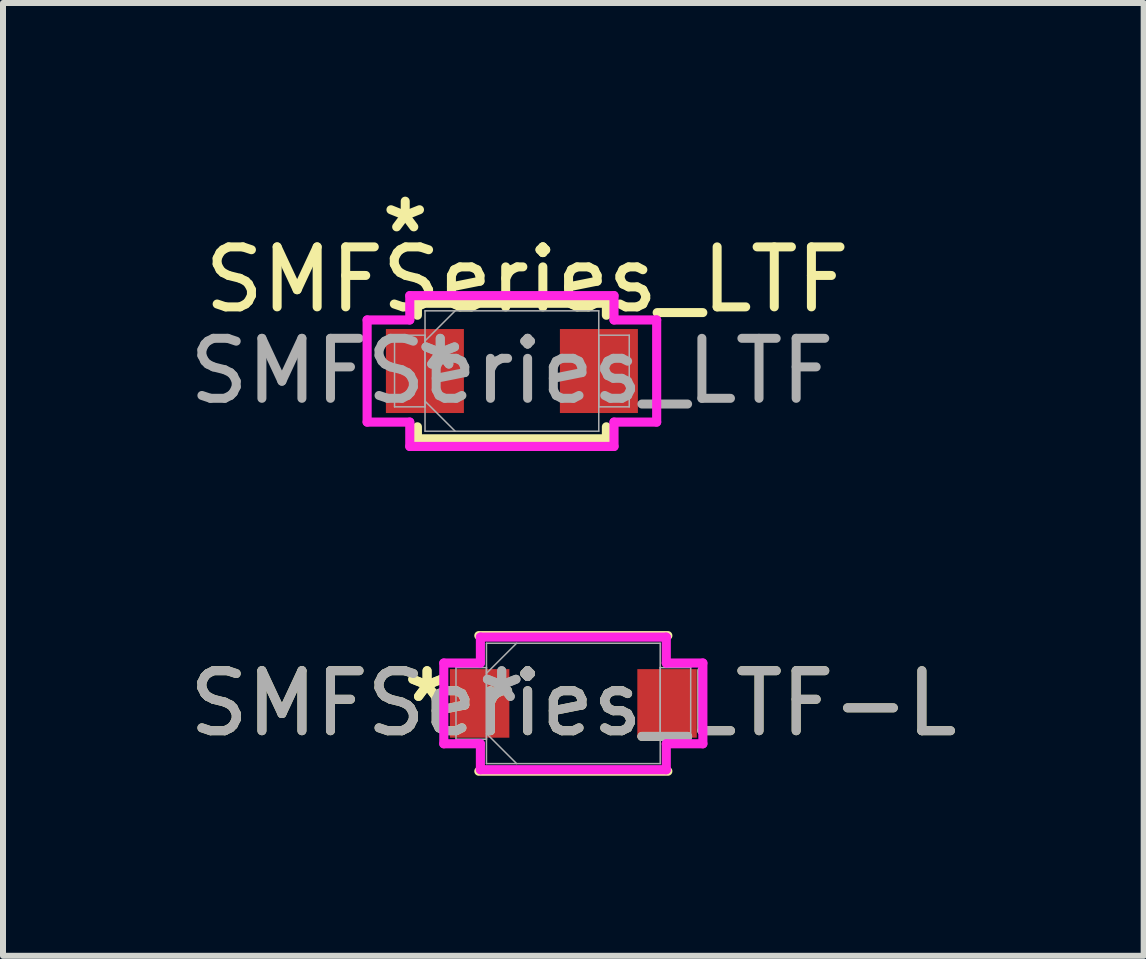
<source format=kicad_pcb>
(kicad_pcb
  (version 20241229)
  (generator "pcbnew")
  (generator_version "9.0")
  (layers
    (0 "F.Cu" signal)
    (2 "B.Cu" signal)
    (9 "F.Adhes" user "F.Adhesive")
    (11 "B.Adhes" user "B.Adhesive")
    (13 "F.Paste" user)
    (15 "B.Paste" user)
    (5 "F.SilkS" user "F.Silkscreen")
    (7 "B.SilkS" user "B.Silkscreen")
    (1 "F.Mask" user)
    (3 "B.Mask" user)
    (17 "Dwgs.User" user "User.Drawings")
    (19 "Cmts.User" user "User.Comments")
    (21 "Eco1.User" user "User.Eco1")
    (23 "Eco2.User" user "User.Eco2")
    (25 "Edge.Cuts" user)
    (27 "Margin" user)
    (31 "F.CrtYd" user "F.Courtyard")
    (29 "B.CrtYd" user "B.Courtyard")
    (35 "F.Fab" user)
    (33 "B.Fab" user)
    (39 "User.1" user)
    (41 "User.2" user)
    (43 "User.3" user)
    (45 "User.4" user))
  (footprint "SMFSeries_LTF-L"
    (layer "F.Cu")
    (at 6.506 8.674)
    (property "Reference" "SMFSeries_LTF-L" (at 0 0 0) (unlocked yes) (layer "F.SilkS") (effects (font (size 1 1) (thickness 0.15))))
    (attr smd)
    (fp_line (start -1.575 1.13) (end 1.575 1.13) (stroke (width 0.152) (type solid)) (layer "F.SilkS"))
    (fp_line (start 1.575 -1.13) (end -1.575 -1.13) (stroke (width 0.152) (type solid)) (layer "F.SilkS"))
    (fp_line (start -2.159 -0.673) (end -1.549 -0.673) (stroke (width 0.152) (type solid)) (layer "F.CrtYd"))
    (fp_line (start -2.159 0.673) (end -2.159 -0.673) (stroke (width 0.152) (type solid)) (layer "F.CrtYd"))
    (fp_line (start -1.549 -1.105) (end 1.549 -1.105) (stroke (width 0.152) (type solid)) (layer "F.CrtYd"))
    (fp_line (start -1.549 -0.673) (end -1.549 -1.105) (stroke (width 0.152) (type solid)) (layer "F.CrtYd"))
    (fp_line (start -1.549 0.673) (end -2.159 0.673) (stroke (width 0.152) (type solid)) (layer "F.CrtYd"))
    (fp_line (start -1.549 1.105) (end -1.549 0.673) (stroke (width 0.152) (type solid)) (layer "F.CrtYd"))
    (fp_line (start 1.549 -1.105) (end 1.549 -0.673) (stroke (width 0.152) (type solid)) (layer "F.CrtYd"))
    (fp_line (start 1.549 -0.673) (end 2.159 -0.673) (stroke (width 0.152) (type solid)) (layer "F.CrtYd"))
    (fp_line (start 1.549 0.673) (end 1.549 1.105) (stroke (width 0.152) (type solid)) (layer "F.CrtYd"))
    (fp_line (start 1.549 1.105) (end -1.549 1.105) (stroke (width 0.152) (type solid)) (layer "F.CrtYd"))
    (fp_line (start 2.159 -0.673) (end 2.159 0.673) (stroke (width 0.152) (type solid)) (layer "F.CrtYd"))
    (fp_line (start 2.159 0.673) (end 1.549 0.673) (stroke (width 0.152) (type solid)) (layer "F.CrtYd"))
    (fp_line (start -1.956 -0.597) (end -1.956 0.597) (stroke (width 0.025) (type solid)) (layer "F.Fab"))
    (fp_line (start -1.956 0.597) (end -1.448 0.597) (stroke (width 0.025) (type solid)) (layer "F.Fab"))
    (fp_line (start -1.448 -1.003) (end -1.448 1.003) (stroke (width 0.025) (type solid)) (layer "F.Fab"))
    (fp_line (start -1.448 -0.597) (end -1.956 -0.597) (stroke (width 0.025) (type solid)) (layer "F.Fab"))
    (fp_line (start -1.448 -0.502) (end -0.946 -1.003) (stroke (width 0.025) (type solid)) (layer "F.Fab"))
    (fp_line (start -1.448 0.502) (end -0.946 1.003) (stroke (width 0.025) (type solid)) (layer "F.Fab"))
    (fp_line (start -1.448 0.597) (end -1.448 -0.597) (stroke (width 0.025) (type solid)) (layer "F.Fab"))
    (fp_line (start -1.448 1.003) (end 1.448 1.003) (stroke (width 0.025) (type solid)) (layer "F.Fab"))
    (fp_line (start 1.448 -1.003) (end -1.448 -1.003) (stroke (width 0.025) (type solid)) (layer "F.Fab"))
    (fp_line (start 1.448 -0.597) (end 1.448 0.597) (stroke (width 0.025) (type solid)) (layer "F.Fab"))
    (fp_line (start 1.448 0.597) (end 1.956 0.597) (stroke (width 0.025) (type solid)) (layer "F.Fab"))
    (fp_line (start 1.448 1.003) (end 1.448 -1.003) (stroke (width 0.025) (type solid)) (layer "F.Fab"))
    (fp_line (start 1.956 -0.597) (end 1.448 -0.597) (stroke (width 0.025) (type solid)) (layer "F.Fab"))
    (fp_line (start 1.956 0.597) (end 1.956 -0.597) (stroke (width 0.025) (type solid)) (layer "F.Fab"))
    (fp_text user "*" (at -2.438 0 0) (layer "F.SilkS") (effects (font (size 1 1) (thickness 0.15))))
    (fp_text user "*" (at -2.438 0 0) (unlocked yes) (layer "F.SilkS") (effects (font (size 1 1) (thickness 0.15))))
    (fp_text user "${REFERENCE}" (at 0 0 0) (unlocked yes) (layer "F.Fab") (effects (font (size 1 1) (thickness 0.15))))
    (fp_text user "*" (at -1.194 0 0) (layer "F.Fab") (effects (font (size 1 1) (thickness 0.15))))
    (fp_text user "*" (at -1.194 0 0) (unlocked yes) (layer "F.Fab") (effects (font (size 1 1) (thickness 0.15))))
    (pad "1" smd rect (at -1.562 0) (size 0.991 1.143) (layers "F.Cu" "F.Mask" "F.Paste"))
    (pad "2" smd rect (at 1.562 0) (size 0.991 1.143) (layers "F.Cu" "F.Mask" "F.Paste"))
    (zone (net_name "") (layer "F.Cu") (hatch full 0.508) (connect_pads) (min_thickness 0.254) (filled_areas_thickness no) (keepout (tracks not_allowed) (vias not_allowed) (pads allowed) (copperpour not_allowed) (footprints allowed)) (placement (enabled no)) (fill) (polygon (pts (xy 5.49 7.722) (xy 7.522 7.722) (xy 7.522 9.627) (xy 5.49 9.627)))))
  (footprint "SMFSeries_LTF"
    (layer "F.Cu")
    (at 5.482 3.134)
    (property "Reference" "SMFSeries_LTF" (at 0.254 -1.524 0) (unlocked yes) (layer "F.SilkS") (effects (font (size 1 1) (thickness 0.15))))
    (attr smd)
    (fp_line (start -1.575 -1.13) (end -1.575 -0.93) (stroke (width 0.152) (type solid)) (layer "F.SilkS"))
    (fp_line (start -1.575 0.93) (end -1.575 1.13) (stroke (width 0.152) (type solid)) (layer "F.SilkS"))
    (fp_line (start -1.575 1.13) (end 1.575 1.13) (stroke (width 0.152) (type solid)) (layer "F.SilkS"))
    (fp_line (start 1.575 -1.13) (end -1.575 -1.13) (stroke (width 0.152) (type solid)) (layer "F.SilkS"))
    (fp_line (start 1.575 -0.93) (end 1.575 -1.13) (stroke (width 0.152) (type solid)) (layer "F.SilkS"))
    (fp_line (start 1.575 1.13) (end 1.575 0.93) (stroke (width 0.152) (type solid)) (layer "F.SilkS"))
    (fp_line (start -2.413 -0.851) (end -1.702 -0.851) (stroke (width 0.152) (type solid)) (layer "F.CrtYd"))
    (fp_line (start -2.413 0.851) (end -2.413 -0.851) (stroke (width 0.152) (type solid)) (layer "F.CrtYd"))
    (fp_line (start -1.702 -1.257) (end 1.702 -1.257) (stroke (width 0.152) (type solid)) (layer "F.CrtYd"))
    (fp_line (start -1.702 -0.851) (end -1.702 -1.257) (stroke (width 0.152) (type solid)) (layer "F.CrtYd"))
    (fp_line (start -1.702 0.851) (end -2.413 0.851) (stroke (width 0.152) (type solid)) (layer "F.CrtYd"))
    (fp_line (start -1.702 1.257) (end -1.702 0.851) (stroke (width 0.152) (type solid)) (layer "F.CrtYd"))
    (fp_line (start 1.702 -1.257) (end 1.702 -0.851) (stroke (width 0.152) (type solid)) (layer "F.CrtYd"))
    (fp_line (start 1.702 -0.851) (end 2.413 -0.851) (stroke (width 0.152) (type solid)) (layer "F.CrtYd"))
    (fp_line (start 1.702 0.851) (end 1.702 1.257) (stroke (width 0.152) (type solid)) (layer "F.CrtYd"))
    (fp_line (start 1.702 1.257) (end -1.702 1.257) (stroke (width 0.152) (type solid)) (layer "F.CrtYd"))
    (fp_line (start 2.413 -0.851) (end 2.413 0.851) (stroke (width 0.152) (type solid)) (layer "F.CrtYd"))
    (fp_line (start 2.413 0.851) (end 1.702 0.851) (stroke (width 0.152) (type solid)) (layer "F.CrtYd"))
    (fp_line (start -1.956 -0.597) (end -1.956 0.597) (stroke (width 0.025) (type solid)) (layer "F.Fab"))
    (fp_line (start -1.956 0.597) (end -1.448 0.597) (stroke (width 0.025) (type solid)) (layer "F.Fab"))
    (fp_line (start -1.448 -1.003) (end -1.448 1.003) (stroke (width 0.025) (type solid)) (layer "F.Fab"))
    (fp_line (start -1.448 -0.597) (end -1.956 -0.597) (stroke (width 0.025) (type solid)) (layer "F.Fab"))
    (fp_line (start -1.448 -0.502) (end -0.946 -1.003) (stroke (width 0.025) (type solid)) (layer "F.Fab"))
    (fp_line (start -1.448 0.502) (end -0.946 1.003) (stroke (width 0.025) (type solid)) (layer "F.Fab"))
    (fp_line (start -1.448 0.597) (end -1.448 -0.597) (stroke (width 0.025) (type solid)) (layer "F.Fab"))
    (fp_line (start -1.448 1.003) (end 1.448 1.003) (stroke (width 0.025) (type solid)) (layer "F.Fab"))
    (fp_line (start 1.448 -1.003) (end -1.448 -1.003) (stroke (width 0.025) (type solid)) (layer "F.Fab"))
    (fp_line (start 1.448 -0.597) (end 1.448 0.597) (stroke (width 0.025) (type solid)) (layer "F.Fab"))
    (fp_line (start 1.448 0.597) (end 1.956 0.597) (stroke (width 0.025) (type solid)) (layer "F.Fab"))
    (fp_line (start 1.448 1.003) (end 1.448 -1.003) (stroke (width 0.025) (type solid)) (layer "F.Fab"))
    (fp_line (start 1.956 -0.597) (end 1.448 -0.597) (stroke (width 0.025) (type solid)) (layer "F.Fab"))
    (fp_line (start 1.956 0.597) (end 1.956 -0.597) (stroke (width 0.025) (type solid)) (layer "F.Fab"))
    (fp_text user "*" (at -1.778 -2.286 0) (unlocked yes) (layer "F.SilkS") (effects (font (size 1 1) (thickness 0.15))))
    (fp_text user "*" (at -1.194 0 0) (layer "F.Fab") (effects (font (size 1 1) (thickness 0.15))))
    (fp_text user "${REFERENCE}" (at 0 0 0) (unlocked yes) (layer "F.Fab") (effects (font (size 1 1) (thickness 0.15))))
    (fp_text user "*" (at -1.194 0 0) (unlocked yes) (layer "F.Fab") (effects (font (size 1 1) (thickness 0.15))))
    (pad "1" smd rect (at -1.45 0) (size 1.3 1.4) (layers "F.Cu" "F.Mask" "F.Paste"))
    (pad "2" smd rect (at 1.45 0) (size 1.3 1.4) (layers "F.Cu" "F.Mask" "F.Paste"))
    (zone (net_name "") (layer "F.Cu") (hatch full 0.508) (connect_pads) (min_thickness 0.254) (filled_areas_thickness no) (keepout (tracks not_allowed) (vias not_allowed) (pads allowed) (copperpour not_allowed) (footprints allowed)) (placement (enabled no)) (fill) (polygon (pts (xy 4.466 2.182) (xy 6.498 2.182) (xy 6.498 4.087) (xy 4.466 4.087)))))
  (gr_rect
    (start -3 -3)
    (end 16.012 12.881)
    (stroke (width 0.1) (type default))
    (fill no)
    (layer "Edge.Cuts")))
</source>
